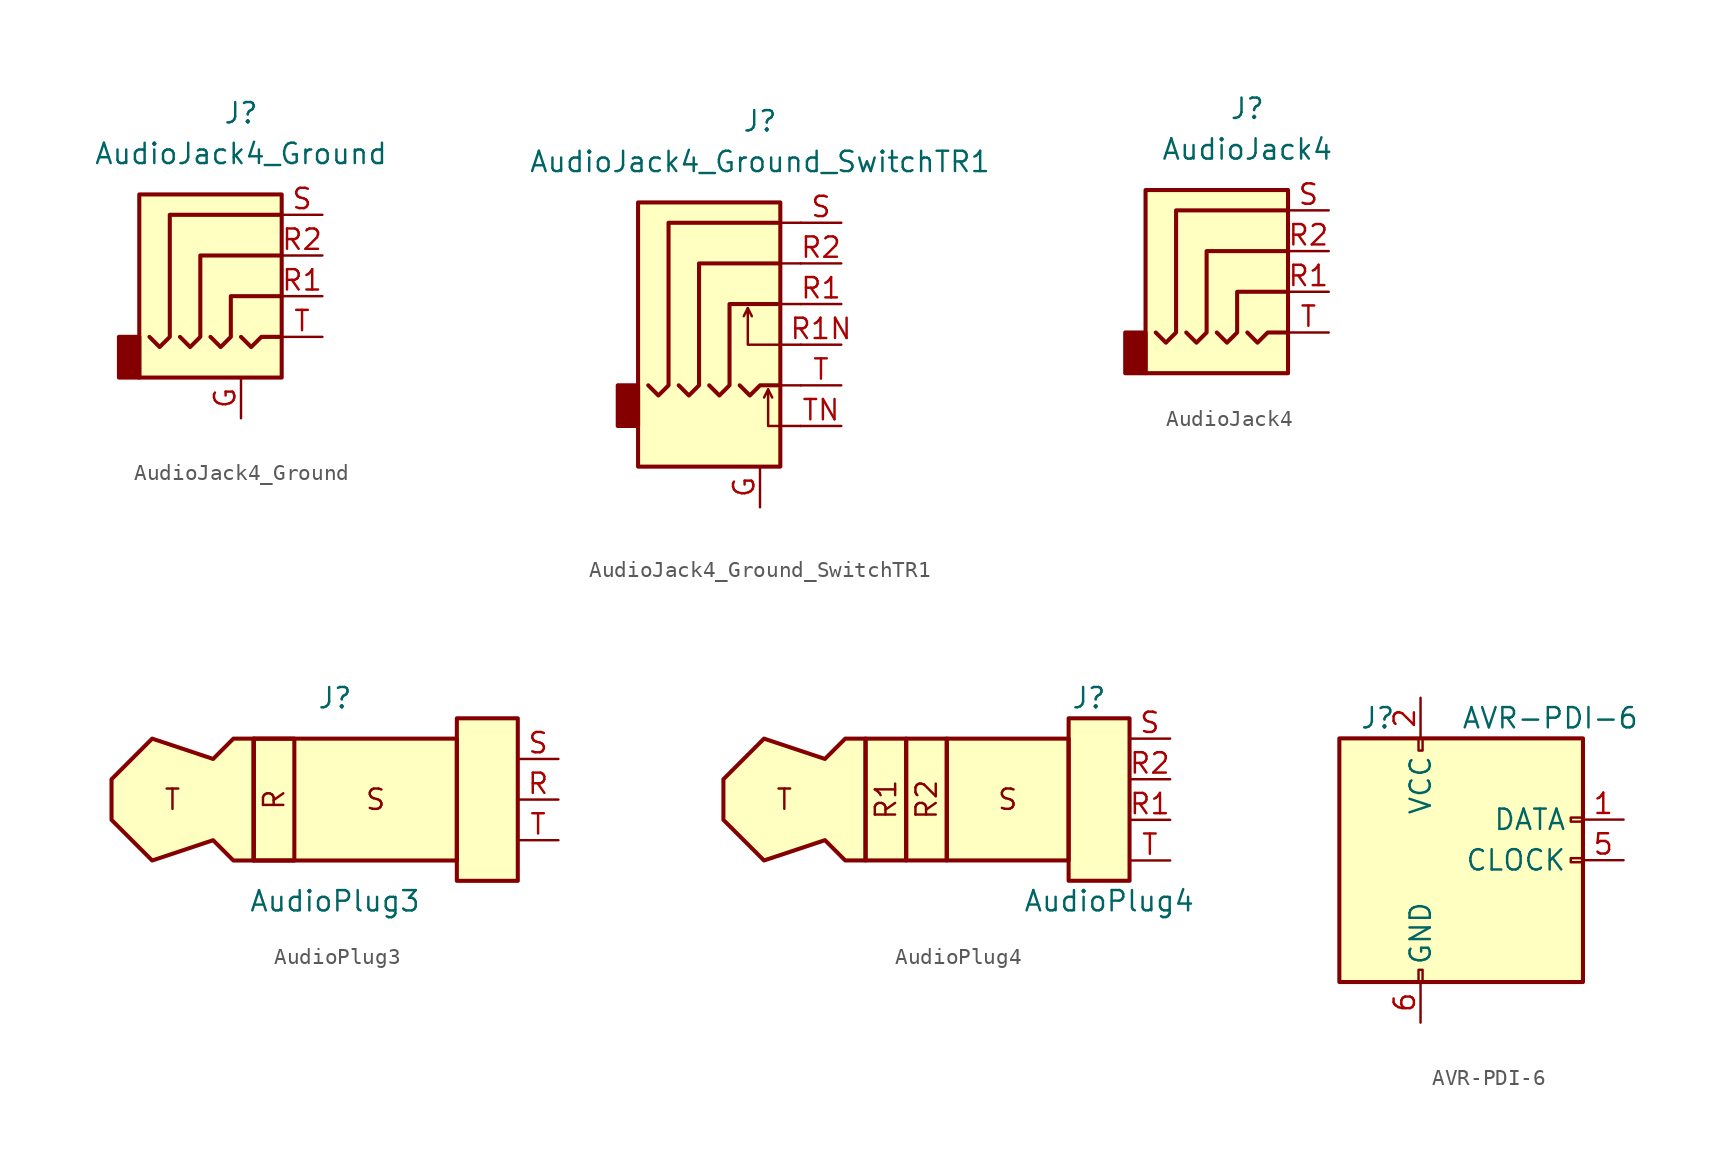
<source format=kicad_sym>
(kicad_symbol_lib
  (version 20211014)
  (generator kicad_symbol_editor)
  (symbol "AudioJack4_Ground"
    (property "Reference" "J"
      (at 0 8.89 0)
      (effects (font (size 1.27 1.27))))
    (property "Value" "AudioJack4_Ground"
      (at 0 6.35 0)
      (effects (font (size 1.27 1.27))))
    (symbol "AudioJack4_Ground_0_1"
      (rectangle (start -6.35 -7.62) (end -7.62 -5.08) (stroke (width 0.254) (type default) (color 0 0 0 0)) (fill (type outline)))
      (polyline (pts (xy 0 -5.08) (xy 0.635 -5.715) (xy 1.27 -5.08) (xy 2.54 -5.08)) (stroke (width 0.254) (type default) (color 0 0 0 0)) (fill (type none)))
      (polyline (pts (xy -5.715 -5.08) (xy -5.08 -5.715) (xy -4.445 -5.08) (xy -4.445 2.54) (xy 2.54 2.54)) (stroke (width 0.254) (type default) (color 0 0 0 0)) (fill (type none)))
      (polyline (pts (xy -1.905 -5.08) (xy -1.27 -5.715) (xy -0.635 -5.08) (xy -0.635 -2.54) (xy 2.54 -2.54)) (stroke (width 0.254) (type default) (color 0 0 0 0)) (fill (type none)))
      (polyline (pts (xy 2.54 0) (xy -2.54 0) (xy -2.54 -5.08) (xy -3.175 -5.715) (xy -3.81 -5.08)) (stroke (width 0.254) (type default) (color 0 0 0 0)) (fill (type none)))
      (rectangle (start 2.54 3.81) (end -6.35 -7.62) (stroke (width 0.254) (type default) (color 0 0 0 0)) (fill (type background))))
    (symbol "AudioJack4_Ground_1_1"
      (pin passive line (at 0 -10.16 90) (length 2.54) (name "~" (effects (font (size 1.27 1.27)))) (number "G" (effects (font (size 1.27 1.27)))))
      (pin passive line (at 5.08 -2.54 180) (length 2.54) (name "~" (effects (font (size 1.27 1.27)))) (number "R1" (effects (font (size 1.27 1.27)))))
      (pin passive line (at 5.08 0 180) (length 2.54) (name "~" (effects (font (size 1.27 1.27)))) (number "R2" (effects (font (size 1.27 1.27)))))
      (pin passive line (at 5.08 2.54 180) (length 2.54) (name "~" (effects (font (size 1.27 1.27)))) (number "S" (effects (font (size 1.27 1.27)))))
      (pin passive line (at 5.08 -5.08 180) (length 2.54) (name "~" (effects (font (size 1.27 1.27)))) (number "T" (effects (font (size 1.27 1.27)))))))
  (symbol "AudioJack4_Ground_SwitchTR1"
    (property "Reference" "J"
      (at 0 11.43 0)
      (effects (font (size 1.27 1.27))))
    (property "Value" "AudioJack4_Ground_SwitchTR1"
      (at 0 8.89 0)
      (effects (font (size 1.27 1.27))))
    (symbol "AudioJack4_Ground_SwitchTR1_0_1"
      (rectangle (start -7.62 -5.08) (end -8.89 -7.62) (stroke (width 0.254) (type default) (color 0 0 0 0)) (fill (type outline)))
      (polyline (pts (xy 1.27 2.54) (xy 2.54 2.54)) (stroke (width 0) (type default) (color 0 0 0 0)) (fill (type none)))
      (polyline (pts (xy 2.54 -5.08) (xy 1.27 -5.08)) (stroke (width 0) (type default) (color 0 0 0 0)) (fill (type none)))
      (polyline (pts (xy 2.54 0) (xy 1.27 0)) (stroke (width 0) (type default) (color 0 0 0 0)) (fill (type none)))
      (polyline (pts (xy 2.54 5.08) (xy 1.27 5.08)) (stroke (width 0) (type default) (color 0 0 0 0)) (fill (type none)))
      (rectangle (start 1.27 6.35) (end -7.62 -10.16) (stroke (width 0.254) (type default) (color 0 0 0 0)) (fill (type background))))
    (symbol "AudioJack4_Ground_SwitchTR1_1_1"
      (polyline (pts (xy -0.762 -0.254) (xy -0.508 -0.762)) (stroke (width 0) (type default) (color 0 0 0 0)) (fill (type none)))
      (polyline (pts (xy 0.508 -5.334) (xy 0.762 -5.842)) (stroke (width 0) (type default) (color 0 0 0 0)) (fill (type none)))
      (polyline (pts (xy -1.27 -5.08) (xy -0.635 -5.715) (xy 0 -5.08) (xy 1.27 -5.08)) (stroke (width 0.254) (type default) (color 0 0 0 0)) (fill (type none)))
      (polyline (pts (xy 2.54 -7.62) (xy 0.508 -7.62) (xy 0.508 -5.334) (xy 0.254 -5.842)) (stroke (width 0) (type default) (color 0 0 0 0)) (fill (type none)))
      (polyline (pts (xy 2.54 -2.54) (xy -0.762 -2.54) (xy -0.762 -0.254) (xy -1.016 -0.762)) (stroke (width 0) (type default) (color 0 0 0 0)) (fill (type none)))
      (polyline (pts (xy -3.175 -5.08) (xy -2.54 -5.715) (xy -1.905 -5.08) (xy -1.905 0) (xy 1.27 0)) (stroke (width 0.254) (type default) (color 0 0 0 0)) (fill (type none)))
      (polyline (pts (xy 1.27 2.54) (xy -3.81 2.54) (xy -3.81 -5.08) (xy -4.445 -5.715) (xy -5.08 -5.08)) (stroke (width 0.254) (type default) (color 0 0 0 0)) (fill (type none)))
      (polyline (pts (xy 1.27 5.08) (xy -5.715 5.08) (xy -5.715 -5.08) (xy -6.35 -5.715) (xy -6.985 -5.08)) (stroke (width 0.254) (type default) (color 0 0 0 0)) (fill (type none)))
      (pin passive line (at 0 -12.7 90) (length 2.54) (name "~" (effects (font (size 1.27 1.27)))) (number "G" (effects (font (size 1.27 1.27)))))
      (pin passive line (at 5.08 0 180) (length 2.54) (name "~" (effects (font (size 1.27 1.27)))) (number "R1" (effects (font (size 1.27 1.27)))))
      (pin passive line (at 5.08 -2.54 180) (length 2.54) (name "~" (effects (font (size 1.27 1.27)))) (number "R1N" (effects (font (size 1.27 1.27)))))
      (pin passive line (at 5.08 2.54 180) (length 2.54) (name "~" (effects (font (size 1.27 1.27)))) (number "R2" (effects (font (size 1.27 1.27)))))
      (pin passive line (at 5.08 5.08 180) (length 2.54) (name "~" (effects (font (size 1.27 1.27)))) (number "S" (effects (font (size 1.27 1.27)))))
      (pin passive line (at 5.08 -5.08 180) (length 2.54) (name "~" (effects (font (size 1.27 1.27)))) (number "T" (effects (font (size 1.27 1.27)))))
      (pin passive line (at 5.08 -7.62 180) (length 2.54) (name "~" (effects (font (size 1.27 1.27)))) (number "TN" (effects (font (size 1.27 1.27)))))))
  (symbol "AudioJack4"
    (property "Reference" "J"
      (at 0 8.89 0)
      (effects (font (size 1.27 1.27))))
    (property "Value" "AudioJack4"
      (at 0 6.35 0)
      (effects (font (size 1.27 1.27))))
    (symbol "AudioJack4_0_1"
      (rectangle (start -6.35 -5.08) (end -7.62 -7.62) (stroke (width 0.254) (type default) (color 0 0 0 0)) (fill (type outline)))
      (polyline (pts (xy 0 -5.08) (xy 0.635 -5.715) (xy 1.27 -5.08) (xy 2.54 -5.08)) (stroke (width 0.254) (type default) (color 0 0 0 0)) (fill (type none)))
      (polyline (pts (xy -5.715 -5.08) (xy -5.08 -5.715) (xy -4.445 -5.08) (xy -4.445 2.54) (xy 2.54 2.54)) (stroke (width 0.254) (type default) (color 0 0 0 0)) (fill (type none)))
      (polyline (pts (xy -1.905 -5.08) (xy -1.27 -5.715) (xy -0.635 -5.08) (xy -0.635 -2.54) (xy 2.54 -2.54)) (stroke (width 0.254) (type default) (color 0 0 0 0)) (fill (type none)))
      (polyline (pts (xy 2.54 0) (xy -2.54 0) (xy -2.54 -5.08) (xy -3.175 -5.715) (xy -3.81 -5.08)) (stroke (width 0.254) (type default) (color 0 0 0 0)) (fill (type none)))
      (rectangle (start 2.54 3.81) (end -6.35 -7.62) (stroke (width 0.254) (type default) (color 0 0 0 0)) (fill (type background))))
    (symbol "AudioJack4_1_1"
      (pin passive line (at 5.08 -2.54 180) (length 2.54) (name "~" (effects (font (size 1.27 1.27)))) (number "R1" (effects (font (size 1.27 1.27)))))
      (pin passive line (at 5.08 0 180) (length 2.54) (name "~" (effects (font (size 1.27 1.27)))) (number "R2" (effects (font (size 1.27 1.27)))))
      (pin passive line (at 5.08 2.54 180) (length 2.54) (name "~" (effects (font (size 1.27 1.27)))) (number "S" (effects (font (size 1.27 1.27)))))
      (pin passive line (at 5.08 -5.08 180) (length 2.54) (name "~" (effects (font (size 1.27 1.27)))) (number "T" (effects (font (size 1.27 1.27)))))))
  (symbol "AudioPlug3"
    (property "Reference" "J"
      (at 1.27 6.35 0)
      (effects (font (size 1.27 1.27))))
    (property "Value" "AudioPlug3"
      (at 1.27 -6.35 0)
      (effects (font (size 1.27 1.27))))
    (symbol "AudioPlug3_0_0"
      (text "R" (at -2.54 0 900) (effects (font (size 1.27 1.27)))))
    (symbol "AudioPlug3_0_1"
      (rectangle (start -3.81 3.81) (end -1.27 -3.81) (stroke (width 0.254) (type default) (color 0 0 0 0)) (fill (type none)))
      (rectangle (start -1.27 -1.27) (end -1.27 -1.27) (stroke (width 0) (type default) (color 0 0 0 0)) (fill (type none))))
    (symbol "AudioPlug3_1_0"
      (text "S" (at 3.81 0 0) (effects (font (size 1.27 1.27))))
      (text "T" (at -8.89 0 0) (effects (font (size 1.27 1.27)))))
    (symbol "AudioPlug3_1_1"
      (rectangle (start -3.81 3.81) (end 8.89 -3.81) (stroke (width 0.254) (type default) (color 0 0 0 0)) (fill (type background)))
      (polyline (pts (xy -3.81 3.81) (xy -5.08 3.81) (xy -6.35 2.54) (xy -10.16 3.81) (xy -12.7 1.27) (xy -12.7 -1.27) (xy -10.16 -3.81) (xy -6.35 -2.54) (xy -5.08 -3.81) (xy -3.81 -3.81) (xy -3.81 3.81)) (stroke (width 0.254) (type default) (color 0 0 0 0)) (fill (type background)))
      (rectangle (start 12.7 5.08) (end 8.89 -5.08) (stroke (width 0.254) (type default) (color 0 0 0 0)) (fill (type background)))
      (pin passive line (at 15.24 0 180) (length 2.54) (name "~" (effects (font (size 1.27 1.27)))) (number "R" (effects (font (size 1.27 1.27)))))
      (pin passive line (at 15.24 2.54 180) (length 2.54) (name "~" (effects (font (size 1.27 1.27)))) (number "S" (effects (font (size 1.27 1.27)))))
      (pin passive line (at 15.24 -2.54 180) (length 2.54) (name "~" (effects (font (size 1.27 1.27)))) (number "T" (effects (font (size 1.27 1.27)))))))
  (symbol "AudioPlug4"
    (property "Reference" "J"
      (at 10.16 5.08 0)
      (effects (font (size 1.27 1.27))))
    (property "Value" "AudioPlug4"
      (at 11.43 -7.62 0)
      (effects (font (size 1.27 1.27))))
    (symbol "AudioPlug4_0_0"
      (text "R1" (at -2.54 -1.27 900) (effects (font (size 1.27 1.27))))
      (text "R2" (at 0 -1.27 900) (effects (font (size 1.27 1.27))))
      (text "S" (at 5.08 -1.27 0) (effects (font (size 1.27 1.27))))
      (text "T" (at -8.89 -1.27 0) (effects (font (size 1.27 1.27)))))
    (symbol "AudioPlug4_0_1"
      (rectangle (start -1.27 2.54) (end -3.81 -5.08) (stroke (width 0.254) (type default) (color 0 0 0 0)) (fill (type background)))
      (polyline (pts (xy -3.81 2.54) (xy -5.08 2.54) (xy -6.35 1.27) (xy -10.16 2.54) (xy -12.7 0) (xy -12.7 -2.54) (xy -10.16 -5.08) (xy -6.35 -3.81) (xy -5.08 -5.08) (xy -3.81 -5.08) (xy -3.81 2.54)) (stroke (width 0.254) (type default) (color 0 0 0 0)) (fill (type background)))
      (rectangle (start 1.27 2.54) (end -1.27 -5.08) (stroke (width 0.254) (type default) (color 0 0 0 0)) (fill (type background)))
      (rectangle (start 1.27 2.54) (end 8.89 -5.08) (stroke (width 0.254) (type default) (color 0 0 0 0)) (fill (type background)))
      (rectangle (start 12.7 3.81) (end 8.89 -6.35) (stroke (width 0.254) (type default) (color 0 0 0 0)) (fill (type background))))
    (symbol "AudioPlug4_1_1"
      (pin passive line (at 15.24 -2.54 180) (length 2.54) (name "~" (effects (font (size 1.27 1.27)))) (number "R1" (effects (font (size 1.27 1.27)))))
      (pin passive line (at 15.24 0 180) (length 2.54) (name "~" (effects (font (size 1.27 1.27)))) (number "R2" (effects (font (size 1.27 1.27)))))
      (pin passive line (at 15.24 2.54 180) (length 2.54) (name "~" (effects (font (size 1.27 1.27)))) (number "S" (effects (font (size 1.27 1.27)))))
      (pin passive line (at 15.24 -5.08 180) (length 2.54) (name "~" (effects (font (size 1.27 1.27)))) (number "T" (effects (font (size 1.27 1.27)))))))
  (symbol "AVR-PDI-6"
    (pin_names
      (offset 1.016))
    (property "Reference" "J"
      (at -6.35 8.89 0)
      (effects (font (size 1.27 1.27)) (justify left)))
    (property "Value" "AVR-PDI-6"
      (at 0 8.89 0)
      (effects (font (size 1.27 1.27)) (justify left)))
    (symbol "AVR-PDI-6_0_1"
      (rectangle (start -2.667 -6.858) (end -2.413 -7.62) (stroke (width 0) (type default) (color 0 0 0 0)) (fill (type none)))
      (rectangle (start -2.667 7.62) (end -2.413 6.858) (stroke (width 0) (type default) (color 0 0 0 0)) (fill (type none)))
      (rectangle (start 7.62 0.127) (end 6.858 -0.127) (stroke (width 0) (type default) (color 0 0 0 0)) (fill (type none)))
      (rectangle (start 7.62 2.667) (end 6.858 2.413) (stroke (width 0) (type default) (color 0 0 0 0)) (fill (type none)))
      (rectangle (start 7.62 7.62) (end -7.62 -7.62) (stroke (width 0.254) (type default) (color 0 0 0 0)) (fill (type background))))
    (symbol "AVR-PDI-6_1_1"
      (pin passive line (at 10.16 2.54 180) (length 2.54) (name "DATA" (effects (font (size 1.27 1.27)))) (number "1" (effects (font (size 1.27 1.27)))))
      (pin passive line (at -2.54 10.16 270) (length 2.54) (name "VCC" (effects (font (size 1.27 1.27)))) (number "2" (effects (font (size 1.27 1.27)))))
      (pin no_connect line (at 7.62 -2.54 180) (length 2.54) hide (name "NC" (effects (font (size 1.27 1.27)))) (number "3" (effects (font (size 1.27 1.27)))))
      (pin no_connect line (at 7.62 -5.08 180) (length 2.54) hide (name "NC" (effects (font (size 1.27 1.27)))) (number "4" (effects (font (size 1.27 1.27)))))
      (pin passive line (at 10.16 0 180) (length 2.54) (name "CLOCK" (effects (font (size 1.27 1.27)))) (number "5" (effects (font (size 1.27 1.27)))))
      (pin passive line (at -2.54 -10.16 90) (length 2.54) (name "GND" (effects (font (size 1.27 1.27)))) (number "6" (effects (font (size 1.27 1.27))))))))
</source>
